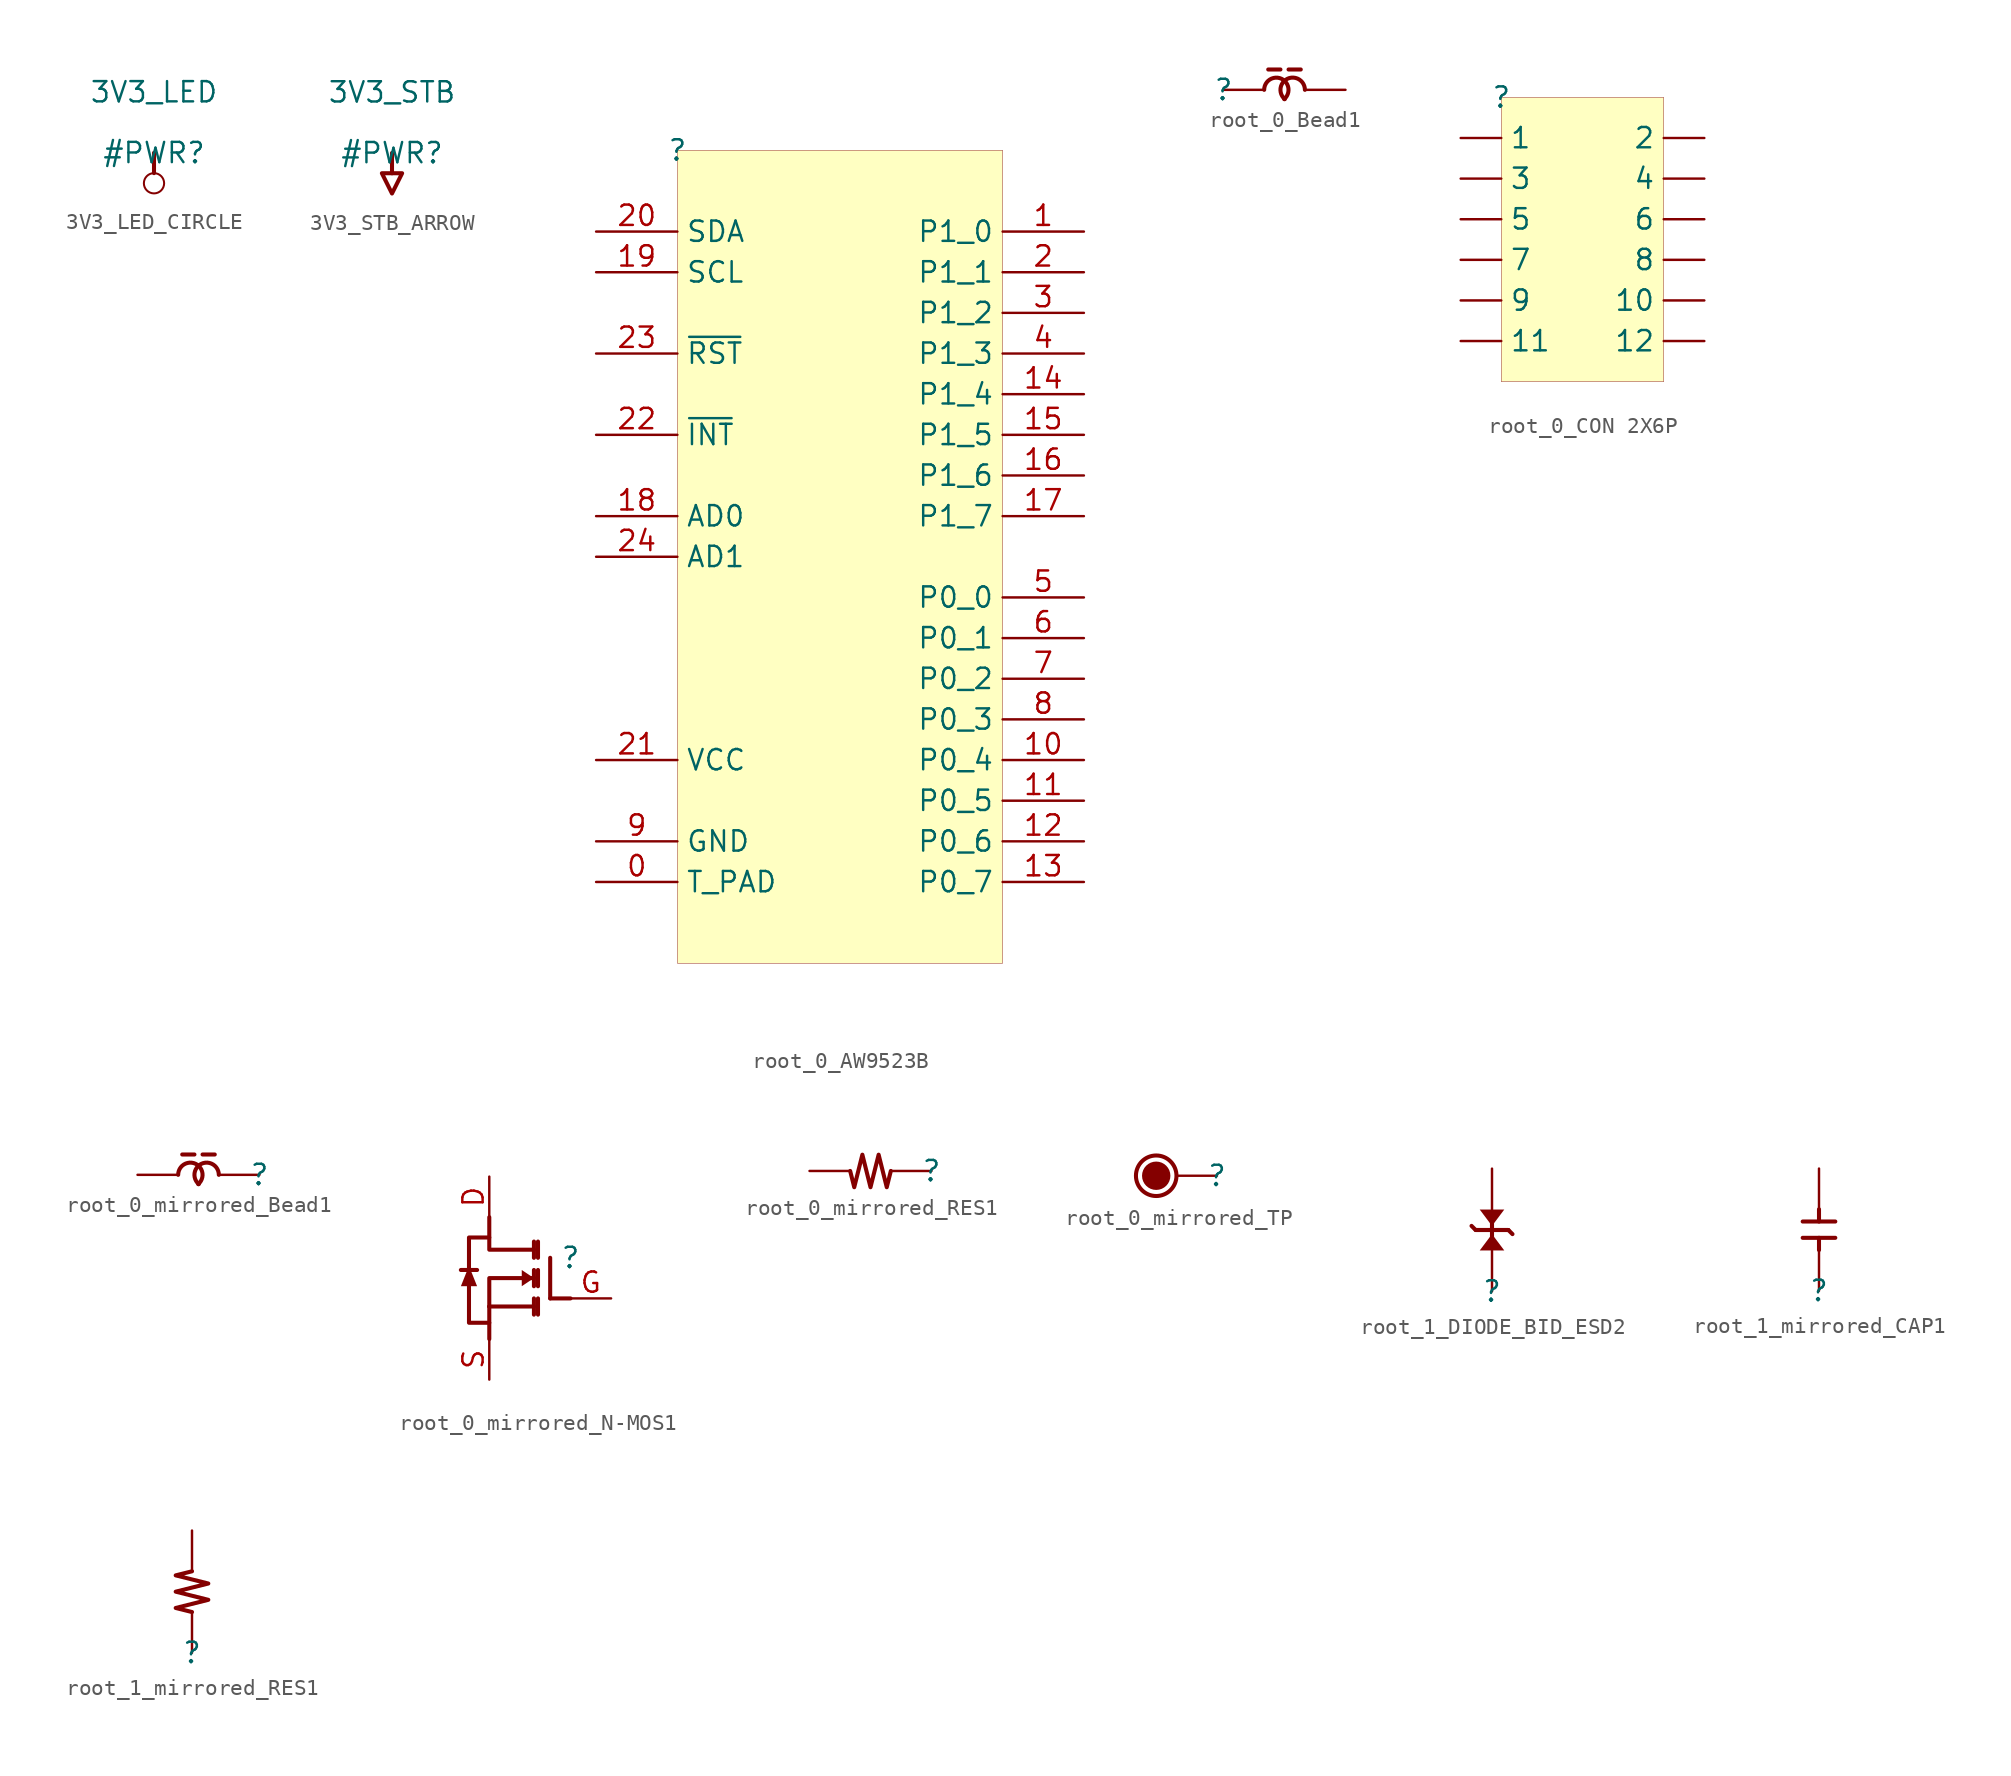
<source format=kicad_sym>
(kicad_symbol_lib
  (version 20231120)
  (generator "kicad_symbol_editor")
  (generator_version "8.0")
  (symbol "3V3_LED_CIRCLE"
    (power)
    (property "Reference" "#PWR"
      (at 0 0 0)
      (effects (font (size 1.27 1.27))))
    (property "Value" "3V3_LED"
      (at 0 3.81 0)
      (effects (font (size 1.27 1.27))))
    (symbol "3V3_LED_CIRCLE_0_0"
      (circle (center 0 -1.905) (radius 0.635) (stroke (width 0.127) (type solid)) (fill (type none)))
      (polyline (pts (xy 0 0) (xy 0 -1.27)) (stroke (width 0.254) (type solid)) (fill (type none)))
      (pin power_in line (at 0 0 0) (length 0) hide (name "3V3_LED" (effects (font (size 1.27 1.27)))) (number "" (effects (font (size 1.27 1.27)))))))
  (symbol "3V3_STB_ARROW"
    (power)
    (property "Reference" "#PWR"
      (at 0 0 0)
      (effects (font (size 1.27 1.27))))
    (property "Value" "3V3_STB"
      (at 0 3.81 0)
      (effects (font (size 1.27 1.27))))
    (symbol "3V3_STB_ARROW_0_0"
      (polyline (pts (xy 0 0) (xy 0 -1.27)) (stroke (width 0.254) (type solid)) (fill (type none)))
      (polyline (pts (xy -0.635 -1.27) (xy 0.635 -1.27) (xy 0 -2.54) (xy -0.635 -1.27)) (stroke (width 0.254) (type solid)) (fill (type none)))
      (pin power_in line (at 0 0 0) (length 0) hide (name "3V3_STB" (effects (font (size 1.27 1.27)))) (number "" (effects (font (size 1.27 1.27)))))))
  (symbol "root_0_AW9523B"
    (property "Reference" ""
      (at 0 0 0)
      (effects (font (size 1.27 1.27))))
    (property "Value" ""
      (at 0 0 0)
      (effects (font (size 1.27 1.27))))
    (symbol "root_0_AW9523B_1_0"
      (rectangle (start 20.32 0) (end 0 -50.8) (stroke (width 0.025) (type solid) (color 128 0 0 1)) (fill (type background)))
      (pin passive line (at -5.08 -45.72 0) (length 5.08) (name "T_PAD" (effects (font (size 1.27 1.27)))) (number "0" (effects (font (size 1.27 1.27)))))
      (pin passive line (at 25.4 -5.08 180) (length 5.08) (name "P1_0" (effects (font (size 1.27 1.27)))) (number "1" (effects (font (size 1.27 1.27)))))
      (pin passive line (at 25.4 -38.1 180) (length 5.08) (name "P0_4" (effects (font (size 1.27 1.27)))) (number "10" (effects (font (size 1.27 1.27)))))
      (pin passive line (at 25.4 -40.64 180) (length 5.08) (name "P0_5" (effects (font (size 1.27 1.27)))) (number "11" (effects (font (size 1.27 1.27)))))
      (pin passive line (at 25.4 -43.18 180) (length 5.08) (name "P0_6" (effects (font (size 1.27 1.27)))) (number "12" (effects (font (size 1.27 1.27)))))
      (pin passive line (at 25.4 -45.72 180) (length 5.08) (name "P0_7" (effects (font (size 1.27 1.27)))) (number "13" (effects (font (size 1.27 1.27)))))
      (pin passive line (at 25.4 -15.24 180) (length 5.08) (name "P1_4" (effects (font (size 1.27 1.27)))) (number "14" (effects (font (size 1.27 1.27)))))
      (pin passive line (at 25.4 -17.78 180) (length 5.08) (name "P1_5" (effects (font (size 1.27 1.27)))) (number "15" (effects (font (size 1.27 1.27)))))
      (pin passive line (at 25.4 -20.32 180) (length 5.08) (name "P1_6" (effects (font (size 1.27 1.27)))) (number "16" (effects (font (size 1.27 1.27)))))
      (pin passive line (at 25.4 -22.86 180) (length 5.08) (name "P1_7" (effects (font (size 1.27 1.27)))) (number "17" (effects (font (size 1.27 1.27)))))
      (pin passive line (at -5.08 -22.86 0) (length 5.08) (name "AD0" (effects (font (size 1.27 1.27)))) (number "18" (effects (font (size 1.27 1.27)))))
      (pin passive line (at -5.08 -7.62 0) (length 5.08) (name "SCL" (effects (font (size 1.27 1.27)))) (number "19" (effects (font (size 1.27 1.27)))))
      (pin passive line (at 25.4 -7.62 180) (length 5.08) (name "P1_1" (effects (font (size 1.27 1.27)))) (number "2" (effects (font (size 1.27 1.27)))))
      (pin passive line (at -5.08 -5.08 0) (length 5.08) (name "SDA" (effects (font (size 1.27 1.27)))) (number "20" (effects (font (size 1.27 1.27)))))
      (pin passive line (at -5.08 -38.1 0) (length 5.08) (name "VCC" (effects (font (size 1.27 1.27)))) (number "21" (effects (font (size 1.27 1.27)))))
      (pin passive line (at -5.08 -17.78 0) (length 5.08) (name "~{INT}" (effects (font (size 1.27 1.27)))) (number "22" (effects (font (size 1.27 1.27)))))
      (pin passive line (at -5.08 -12.7 0) (length 5.08) (name "~{RST}" (effects (font (size 1.27 1.27)))) (number "23" (effects (font (size 1.27 1.27)))))
      (pin passive line (at -5.08 -25.4 0) (length 5.08) (name "AD1" (effects (font (size 1.27 1.27)))) (number "24" (effects (font (size 1.27 1.27)))))
      (pin passive line (at 25.4 -10.16 180) (length 5.08) (name "P1_2" (effects (font (size 1.27 1.27)))) (number "3" (effects (font (size 1.27 1.27)))))
      (pin passive line (at 25.4 -12.7 180) (length 5.08) (name "P1_3" (effects (font (size 1.27 1.27)))) (number "4" (effects (font (size 1.27 1.27)))))
      (pin passive line (at 25.4 -27.94 180) (length 5.08) (name "P0_0" (effects (font (size 1.27 1.27)))) (number "5" (effects (font (size 1.27 1.27)))))
      (pin passive line (at 25.4 -30.48 180) (length 5.08) (name "P0_1" (effects (font (size 1.27 1.27)))) (number "6" (effects (font (size 1.27 1.27)))))
      (pin passive line (at 25.4 -33.02 180) (length 5.08) (name "P0_2" (effects (font (size 1.27 1.27)))) (number "7" (effects (font (size 1.27 1.27)))))
      (pin passive line (at 25.4 -35.56 180) (length 5.08) (name "P0_3" (effects (font (size 1.27 1.27)))) (number "8" (effects (font (size 1.27 1.27)))))
      (pin passive line (at -5.08 -43.18 0) (length 5.08) (name "GND" (effects (font (size 1.27 1.27)))) (number "9" (effects (font (size 1.27 1.27)))))))
  (symbol "root_0_Bead1"
    (property "Reference" ""
      (at 0 0 0)
      (effects (font (size 1.27 1.27))))
    (property "Value" ""
      (at 0 0 0)
      (effects (font (size 1.27 1.27))))
    (symbol "root_0_Bead1_1_0"
      (polyline (pts (xy 2.794 1.27) (xy 3.556 1.27)) (stroke (width 0.254) (type solid)) (fill (type none)))
      (polyline (pts (xy 4.064 1.27) (xy 4.826 1.27)) (stroke (width 0.254) (type solid)) (fill (type none)))
      (arc (start 3.7918 -0.5837) (mid 3.624 0.6906) (end 2.54 0) (stroke (width 0.254) (type solid)) (fill (type none)))
      (arc (start 5.08 0) (mid 3.996 0.6906) (end 3.8282 -0.5837) (stroke (width 0.254) (type solid)) (fill (type none)))
      (pin passive line (at 0 0 0) (length 2.54) (name "1" (effects (font (size 0 0)))) (number "1" (effects (font (size 0 0)))))
      (pin passive line (at 7.62 0 180) (length 2.54) (name "2" (effects (font (size 0 0)))) (number "2" (effects (font (size 0 0)))))))
  (symbol "root_0_CON 2X6P"
    (property "Reference" ""
      (at 0 0 0)
      (effects (font (size 1.27 1.27))))
    (property "Value" ""
      (at 0 0 0)
      (effects (font (size 1.27 1.27))))
    (symbol "root_0_CON 2X6P_1_0"
      (rectangle (start 10.16 0) (end 0 -17.78) (stroke (width 0.025) (type solid) (color 128 0 0 1)) (fill (type background)))
      (pin passive line (at -2.54 -2.54 0) (length 2.54) (name "1" (effects (font (size 1.27 1.27)))) (number "1" (effects (font (size 0 0)))))
      (pin passive line (at 12.7 -12.7 180) (length 2.54) (name "10" (effects (font (size 1.27 1.27)))) (number "10" (effects (font (size 0 0)))))
      (pin passive line (at -2.54 -15.24 0) (length 2.54) (name "11" (effects (font (size 1.27 1.27)))) (number "11" (effects (font (size 0 0)))))
      (pin passive line (at 12.7 -15.24 180) (length 2.54) (name "12" (effects (font (size 1.27 1.27)))) (number "12" (effects (font (size 0 0)))))
      (pin passive line (at 12.7 -2.54 180) (length 2.54) (name "2" (effects (font (size 1.27 1.27)))) (number "2" (effects (font (size 0 0)))))
      (pin passive line (at -2.54 -5.08 0) (length 2.54) (name "3" (effects (font (size 1.27 1.27)))) (number "3" (effects (font (size 0 0)))))
      (pin passive line (at 12.7 -5.08 180) (length 2.54) (name "4" (effects (font (size 1.27 1.27)))) (number "4" (effects (font (size 0 0)))))
      (pin passive line (at -2.54 -7.62 0) (length 2.54) (name "5" (effects (font (size 1.27 1.27)))) (number "5" (effects (font (size 0 0)))))
      (pin passive line (at 12.7 -7.62 180) (length 2.54) (name "6" (effects (font (size 1.27 1.27)))) (number "6" (effects (font (size 0 0)))))
      (pin passive line (at -2.54 -10.16 0) (length 2.54) (name "7" (effects (font (size 1.27 1.27)))) (number "7" (effects (font (size 0 0)))))
      (pin passive line (at 12.7 -10.16 180) (length 2.54) (name "8" (effects (font (size 1.27 1.27)))) (number "8" (effects (font (size 0 0)))))
      (pin passive line (at -2.54 -12.7 0) (length 2.54) (name "9" (effects (font (size 1.27 1.27)))) (number "9" (effects (font (size 0 0)))))))
  (symbol "root_0_mirrored_Bead1"
    (property "Reference" ""
      (at 0 0 0)
      (effects (font (size 1.27 1.27))))
    (property "Value" ""
      (at 0 0 0)
      (effects (font (size 1.27 1.27))))
    (symbol "root_0_mirrored_Bead1_1_0"
      (arc (start -3.8282 -0.5837) (mid -3.996 0.6906) (end -5.08 0) (stroke (width 0.254) (type solid)) (fill (type none)))
      (arc (start -2.54 0) (mid -3.624 0.6906) (end -3.7918 -0.5837) (stroke (width 0.254) (type solid)) (fill (type none)))
      (polyline (pts (xy -4.064 1.27) (xy -4.826 1.27)) (stroke (width 0.254) (type solid)) (fill (type none)))
      (polyline (pts (xy -2.794 1.27) (xy -3.556 1.27)) (stroke (width 0.254) (type solid)) (fill (type none)))
      (pin passive line (at 0 0 180) (length 2.54) (name "1" (effects (font (size 0 0)))) (number "1" (effects (font (size 0 0)))))
      (pin passive line (at -7.62 0 0) (length 2.54) (name "2" (effects (font (size 0 0)))) (number "2" (effects (font (size 0 0)))))))
  (symbol "root_0_mirrored_N-MOS1"
    (property "Reference" ""
      (at 0 0 0)
      (effects (font (size 1.27 1.27))))
    (property "Value" ""
      (at 0 0 0)
      (effects (font (size 1.27 1.27))))
    (symbol "root_0_mirrored_N-MOS1_1_0"
      (polyline (pts (xy -6.858 -0.762) (xy -5.842 -0.762)) (stroke (width 0.254) (type solid)) (fill (type none)))
      (polyline (pts (xy -5.08 -5.08) (xy -5.08 -3.048)) (stroke (width 0.254) (type solid)) (fill (type none)))
      (polyline (pts (xy -5.08 -3.048) (xy -2.286 -3.048)) (stroke (width 0.254) (type solid)) (fill (type none)))
      (polyline (pts (xy -2.286 -2.54) (xy -2.286 -3.556)) (stroke (width 0.254) (type solid)) (fill (type none)))
      (polyline (pts (xy -2.286 -0.762) (xy -2.286 -1.778)) (stroke (width 0.254) (type solid)) (fill (type none)))
      (polyline (pts (xy -2.286 1.016) (xy -2.286 0)) (stroke (width 0.254) (type solid)) (fill (type none)))
      (polyline (pts (xy -2.032 -2.54) (xy -2.032 -3.556)) (stroke (width 0.254) (type solid)) (fill (type none)))
      (polyline (pts (xy -2.032 -0.762) (xy -2.032 -1.778)) (stroke (width 0.254) (type solid)) (fill (type none)))
      (polyline (pts (xy -2.032 0) (xy -2.032 1.016)) (stroke (width 0.254) (type solid)) (fill (type none)))
      (polyline (pts (xy -1.27 -2.54) (xy -1.27 0)) (stroke (width 0.254) (type solid)) (fill (type none)))
      (polyline (pts (xy 0 -2.54) (xy -1.27 -2.54)) (stroke (width 0.254) (type solid)) (fill (type none)))
      (polyline (pts (xy -5.08 -3.048) (xy -5.08 -1.27) (xy -2.286 -1.27)) (stroke (width 0.254) (type solid)) (fill (type none)))
      (polyline (pts (xy -5.08 2.54) (xy -5.08 0.508) (xy -2.286 0.508)) (stroke (width 0.254) (type solid)) (fill (type none)))
      (polyline (pts (xy -5.842 -1.778) (xy -6.858 -1.778) (xy -6.35 -0.508) (xy -5.842 -1.778)) (stroke (width -0.0001) (type solid)) (fill (type outline)))
      (polyline (pts (xy -5.08 1.27) (xy -6.35 1.27) (xy -6.35 -4.064) (xy -5.08 -4.064)) (stroke (width 0.254) (type solid)) (fill (type none)))
      (polyline (pts (xy -3.048 -1.778) (xy -3.048 -0.762) (xy -2.286 -1.27) (xy -3.048 -1.778)) (stroke (width -0.0001) (type solid)) (fill (type outline)))
      (pin passive line (at -5.08 5.08 270) (length 2.54) (name "D" (effects (font (size 0 0)))) (number "D" (effects (font (size 1.27 1.27)))))
      (pin passive line (at 2.54 -2.54 180) (length 2.54) (name "G" (effects (font (size 0 0)))) (number "G" (effects (font (size 1.27 1.27)))))
      (pin passive line (at -5.08 -7.62 90) (length 2.54) (name "S" (effects (font (size 0 0)))) (number "S" (effects (font (size 1.27 1.27)))))))
  (symbol "root_0_mirrored_RES1"
    (property "Reference" ""
      (at 0 0 0)
      (effects (font (size 1.27 1.27))))
    (property "Value" ""
      (at 0 0 0)
      (effects (font (size 1.27 1.27))))
    (symbol "root_0_mirrored_RES1_1_0"
      (polyline (pts (xy -2.54 0) (xy -2.794 -1.016) (xy -3.302 1.016) (xy -3.81 -1.016) (xy -4.318 1.016) (xy -4.826 -1.016) (xy -5.08 0)) (stroke (width 0.254) (type solid)) (fill (type none)))
      (pin passive line (at 0 0 180) (length 2.54) (name "1" (effects (font (size 0 0)))) (number "1" (effects (font (size 0 0)))))
      (pin passive line (at -7.62 0 0) (length 2.54) (name "2" (effects (font (size 0 0)))) (number "2" (effects (font (size 0 0)))))))
  (symbol "root_0_mirrored_TP"
    (property "Reference" ""
      (at 0 0 0)
      (effects (font (size 1.27 1.27))))
    (property "Value" ""
      (at 0 0 0)
      (effects (font (size 1.27 1.27))))
    (symbol "root_0_mirrored_TP_1_0"
      (circle (center -3.81 0) (radius 0.762) (stroke (width 0.254) (type solid)) (fill (type outline)))
      (circle (center -3.81 0) (radius 1.27) (stroke (width 0.254) (type solid)) (fill (type none)))
      (pin passive line (at 0 0 180) (length 2.54) (name "1" (effects (font (size 0 0)))) (number "1" (effects (font (size 0 0)))))))
  (symbol "root_1_DIODE_BID_ESD2"
    (property "Reference" ""
      (at 0 0 0)
      (effects (font (size 1.27 1.27))))
    (property "Value" ""
      (at 0 0 0)
      (effects (font (size 1.27 1.27))))
    (symbol "root_1_DIODE_BID_ESD2_1_0"
      (polyline (pts (xy -1.016 3.81) (xy -1.27 4.064)) (stroke (width 0.254) (type solid)) (fill (type none)))
      (polyline (pts (xy -1.016 3.81) (xy 1.016 3.81)) (stroke (width 0.254) (type solid)) (fill (type none)))
      (polyline (pts (xy 0 3.302) (xy 0 4.318)) (stroke (width 0.254) (type solid)) (fill (type none)))
      (polyline (pts (xy 1.016 3.81) (xy 1.27 3.556)) (stroke (width 0.254) (type solid)) (fill (type none)))
      (polyline (pts (xy 0 3.556) (xy -0.762 2.54) (xy 0.762 2.54) (xy 0 3.556)) (stroke (width -0.0001) (type solid)) (fill (type outline)))
      (polyline (pts (xy 0 4.064) (xy 0.762 5.08) (xy -0.762 5.08) (xy 0 4.064)) (stroke (width -0.0001) (type solid)) (fill (type outline)))
      (pin passive line (at 0 0 90) (length 2.54) (name "1" (effects (font (size 0 0)))) (number "1" (effects (font (size 0 0)))))
      (pin passive line (at 0 7.62 270) (length 2.54) (name "2" (effects (font (size 0 0)))) (number "2" (effects (font (size 0 0)))))))
  (symbol "root_1_mirrored_CAP1"
    (property "Reference" ""
      (at 0 0 0)
      (effects (font (size 1.27 1.27))))
    (property "Value" ""
      (at 0 0 0)
      (effects (font (size 1.27 1.27))))
    (symbol "root_1_mirrored_CAP1_1_0"
      (polyline (pts (xy 0 2.54) (xy 0 3.302)) (stroke (width 0.254) (type solid)) (fill (type none)))
      (polyline (pts (xy 0 5.08) (xy 0 4.318)) (stroke (width 0.254) (type solid)) (fill (type none)))
      (polyline (pts (xy 1.016 3.302) (xy -1.016 3.302)) (stroke (width 0.254) (type solid)) (fill (type none)))
      (polyline (pts (xy 1.016 4.318) (xy -1.016 4.318)) (stroke (width 0.254) (type solid)) (fill (type none)))
      (pin passive line (at 0 0 90) (length 2.54) (name "1" (effects (font (size 0 0)))) (number "1" (effects (font (size 0 0)))))
      (pin passive line (at 0 7.62 270) (length 2.54) (name "2" (effects (font (size 0 0)))) (number "2" (effects (font (size 0 0)))))))
  (symbol "root_1_mirrored_RES1"
    (property "Reference" ""
      (at 0 0 0)
      (effects (font (size 1.27 1.27))))
    (property "Value" ""
      (at 0 0 0)
      (effects (font (size 1.27 1.27))))
    (symbol "root_1_mirrored_RES1_1_0"
      (polyline (pts (xy 0 2.54) (xy -1.016 2.794) (xy 1.016 3.302) (xy -1.016 3.81) (xy 1.016 4.318) (xy -1.016 4.826) (xy 0 5.08)) (stroke (width 0.254) (type solid)) (fill (type none)))
      (pin passive line (at 0 0 90) (length 2.54) (name "1" (effects (font (size 0 0)))) (number "1" (effects (font (size 0 0)))))
      (pin passive line (at 0 7.62 270) (length 2.54) (name "2" (effects (font (size 0 0)))) (number "2" (effects (font (size 0 0))))))))
</source>
